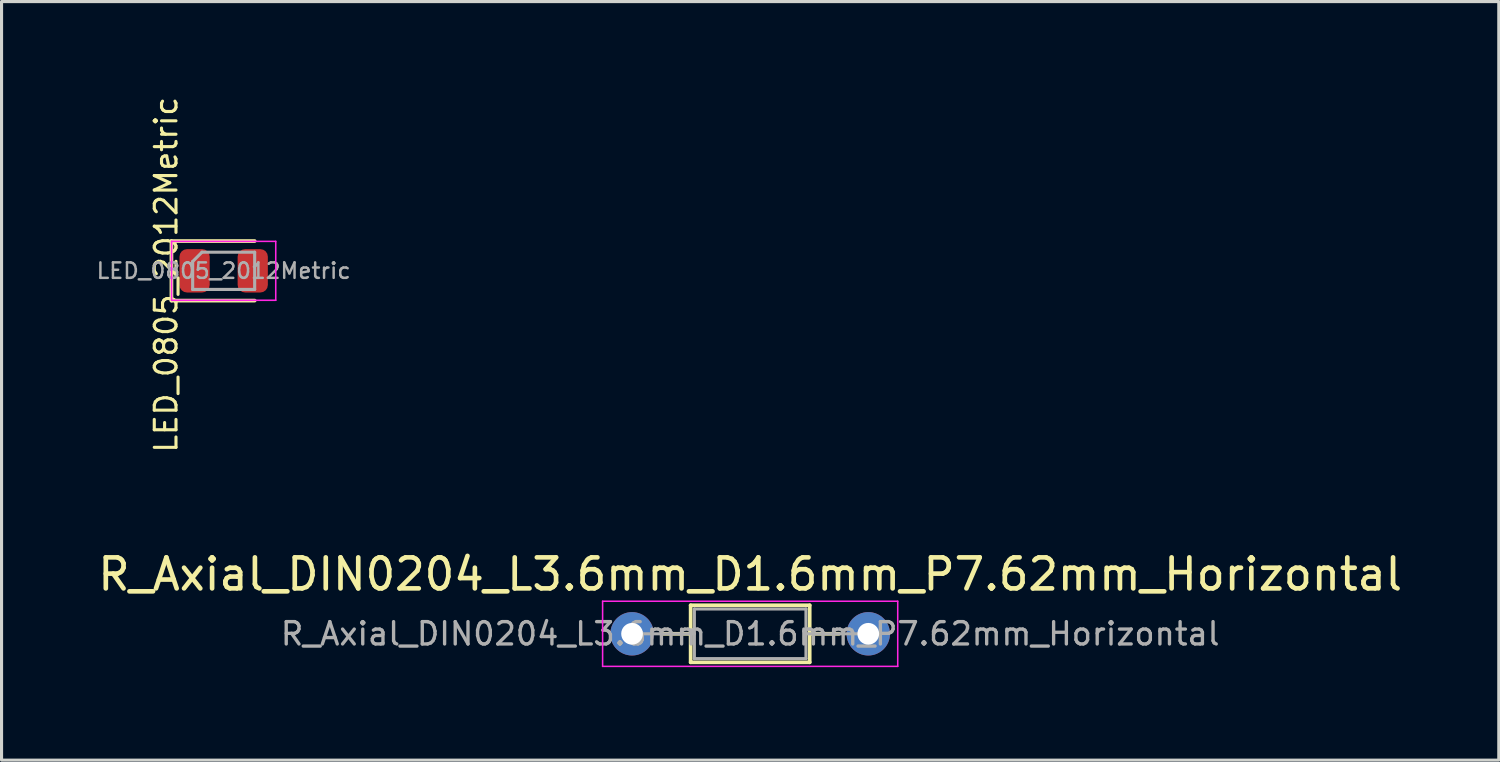
<source format=kicad_pcb>
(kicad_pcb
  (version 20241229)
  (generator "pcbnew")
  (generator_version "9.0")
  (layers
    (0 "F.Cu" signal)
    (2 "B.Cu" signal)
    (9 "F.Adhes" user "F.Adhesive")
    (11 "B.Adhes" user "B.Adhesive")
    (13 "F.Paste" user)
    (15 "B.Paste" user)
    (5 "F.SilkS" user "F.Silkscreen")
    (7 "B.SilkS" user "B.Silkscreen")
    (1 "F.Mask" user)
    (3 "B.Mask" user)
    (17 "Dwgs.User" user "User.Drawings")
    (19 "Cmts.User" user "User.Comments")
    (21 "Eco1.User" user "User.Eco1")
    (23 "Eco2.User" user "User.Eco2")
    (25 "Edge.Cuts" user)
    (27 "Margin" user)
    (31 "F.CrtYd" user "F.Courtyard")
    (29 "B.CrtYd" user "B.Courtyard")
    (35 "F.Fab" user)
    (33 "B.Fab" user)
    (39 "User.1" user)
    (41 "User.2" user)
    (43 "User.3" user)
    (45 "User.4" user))
  (footprint "LED_0805_2012Metric"
    (layer "F.Cu")
    (at 4.165 5.686)
    (property "Reference" "LED_0805_2012Metric" (at -1.857 0.127 90) (layer "F.SilkS") (effects (font (size 0.7 0.7) (thickness 0.1))))
    (attr smd)
    (fp_line (start -1.685 -0.96) (end -1.685 0.96) (stroke (width 0.12) (type solid)) (layer "F.SilkS"))
    (fp_line (start -1.685 0.96) (end 1 0.96) (stroke (width 0.12) (type solid)) (layer "F.SilkS"))
    (fp_line (start 1 -0.96) (end -1.685 -0.96) (stroke (width 0.12) (type solid)) (layer "F.SilkS"))
    (fp_line (start -1.68 -0.95) (end 1.68 -0.95) (stroke (width 0.05) (type solid)) (layer "F.CrtYd"))
    (fp_line (start -1.68 0.95) (end -1.68 -0.95) (stroke (width 0.05) (type solid)) (layer "F.CrtYd"))
    (fp_line (start 1.68 -0.95) (end 1.68 0.95) (stroke (width 0.05) (type solid)) (layer "F.CrtYd"))
    (fp_line (start 1.68 0.95) (end -1.68 0.95) (stroke (width 0.05) (type solid)) (layer "F.CrtYd"))
    (fp_line (start -1 -0.3) (end -1 0.6) (stroke (width 0.1) (type solid)) (layer "F.Fab"))
    (fp_line (start -1 0.6) (end 1 0.6) (stroke (width 0.1) (type solid)) (layer "F.Fab"))
    (fp_line (start -0.7 -0.6) (end -1 -0.3) (stroke (width 0.1) (type solid)) (layer "F.Fab"))
    (fp_line (start 1 -0.6) (end -0.7 -0.6) (stroke (width 0.1) (type solid)) (layer "F.Fab"))
    (fp_line (start 1 0.6) (end 1 -0.6) (stroke (width 0.1) (type solid)) (layer "F.Fab"))
    (fp_text user "${REFERENCE}" (at 0 0 0) (layer "F.Fab") (effects (font (size 0.5 0.5) (thickness 0.08))))
    (pad "1" smd roundrect (at -0.938 0) (size 0.975 1.4) (layers "F.Cu" "F.Mask" "F.Paste") (roundrect_rratio 0.25))
    (pad "2" smd roundrect (at 0.938 0) (size 0.975 1.4) (layers "F.Cu" "F.Mask" "F.Paste") (roundrect_rratio 0.25)))
  (footprint "R_Axial_DIN0204_L3.6mm_D1.6mm_P7.62mm_Horizontal"
    (layer "F.Cu")
    (at 17.339 17.395)
    (property "Reference" "R_Axial_DIN0204_L3.6mm_D1.6mm_P7.62mm_Horizontal" (at 3.81 -1.92 180) (layer "F.SilkS") (effects (font (size 1 1) (thickness 0.15))))
    (attr through_hole)
    (fp_line (start 0.94 0) (end 1.89 0) (stroke (width 0.12) (type solid)) (layer "F.SilkS"))
    (fp_line (start 1.89 -0.92) (end 1.89 0.92) (stroke (width 0.12) (type solid)) (layer "F.SilkS"))
    (fp_line (start 1.89 0.92) (end 5.73 0.92) (stroke (width 0.12) (type solid)) (layer "F.SilkS"))
    (fp_line (start 5.73 -0.92) (end 1.89 -0.92) (stroke (width 0.12) (type solid)) (layer "F.SilkS"))
    (fp_line (start 5.73 0.92) (end 5.73 -0.92) (stroke (width 0.12) (type solid)) (layer "F.SilkS"))
    (fp_line (start 6.68 0) (end 5.73 0) (stroke (width 0.12) (type solid)) (layer "F.SilkS"))
    (fp_line (start -0.95 -1.05) (end -0.95 1.05) (stroke (width 0.05) (type solid)) (layer "F.CrtYd"))
    (fp_line (start -0.95 1.05) (end 8.57 1.05) (stroke (width 0.05) (type solid)) (layer "F.CrtYd"))
    (fp_line (start 8.57 -1.05) (end -0.95 -1.05) (stroke (width 0.05) (type solid)) (layer "F.CrtYd"))
    (fp_line (start 8.57 1.05) (end 8.57 -1.05) (stroke (width 0.05) (type solid)) (layer "F.CrtYd"))
    (fp_line (start 0 0) (end 2.01 0) (stroke (width 0.1) (type solid)) (layer "F.Fab"))
    (fp_line (start 2.01 -0.8) (end 2.01 0.8) (stroke (width 0.1) (type solid)) (layer "F.Fab"))
    (fp_line (start 2.01 0.8) (end 5.61 0.8) (stroke (width 0.1) (type solid)) (layer "F.Fab"))
    (fp_line (start 5.61 -0.8) (end 2.01 -0.8) (stroke (width 0.1) (type solid)) (layer "F.Fab"))
    (fp_line (start 5.61 0.8) (end 5.61 -0.8) (stroke (width 0.1) (type solid)) (layer "F.Fab"))
    (fp_line (start 7.62 0) (end 5.61 0) (stroke (width 0.1) (type solid)) (layer "F.Fab"))
    (fp_text user "${REFERENCE}" (at 3.81 0 180) (layer "F.Fab") (effects (font (size 0.72 0.72) (thickness 0.108))))
    (pad "1" thru_hole circle (at 0 0) (size 1.4 1.4) (drill 0.7) (layers "*.Cu" "*.Mask"))
    (pad "2" thru_hole oval (at 7.62 0) (size 1.4 1.4) (drill 0.7) (layers "*.Cu" "*.Mask")))
  (gr_rect
    (start -3 -3)
    (end 45.298 21.47)
    (stroke (width 0.1) (type default))
    (fill no)
    (layer "Edge.Cuts")))
</source>
